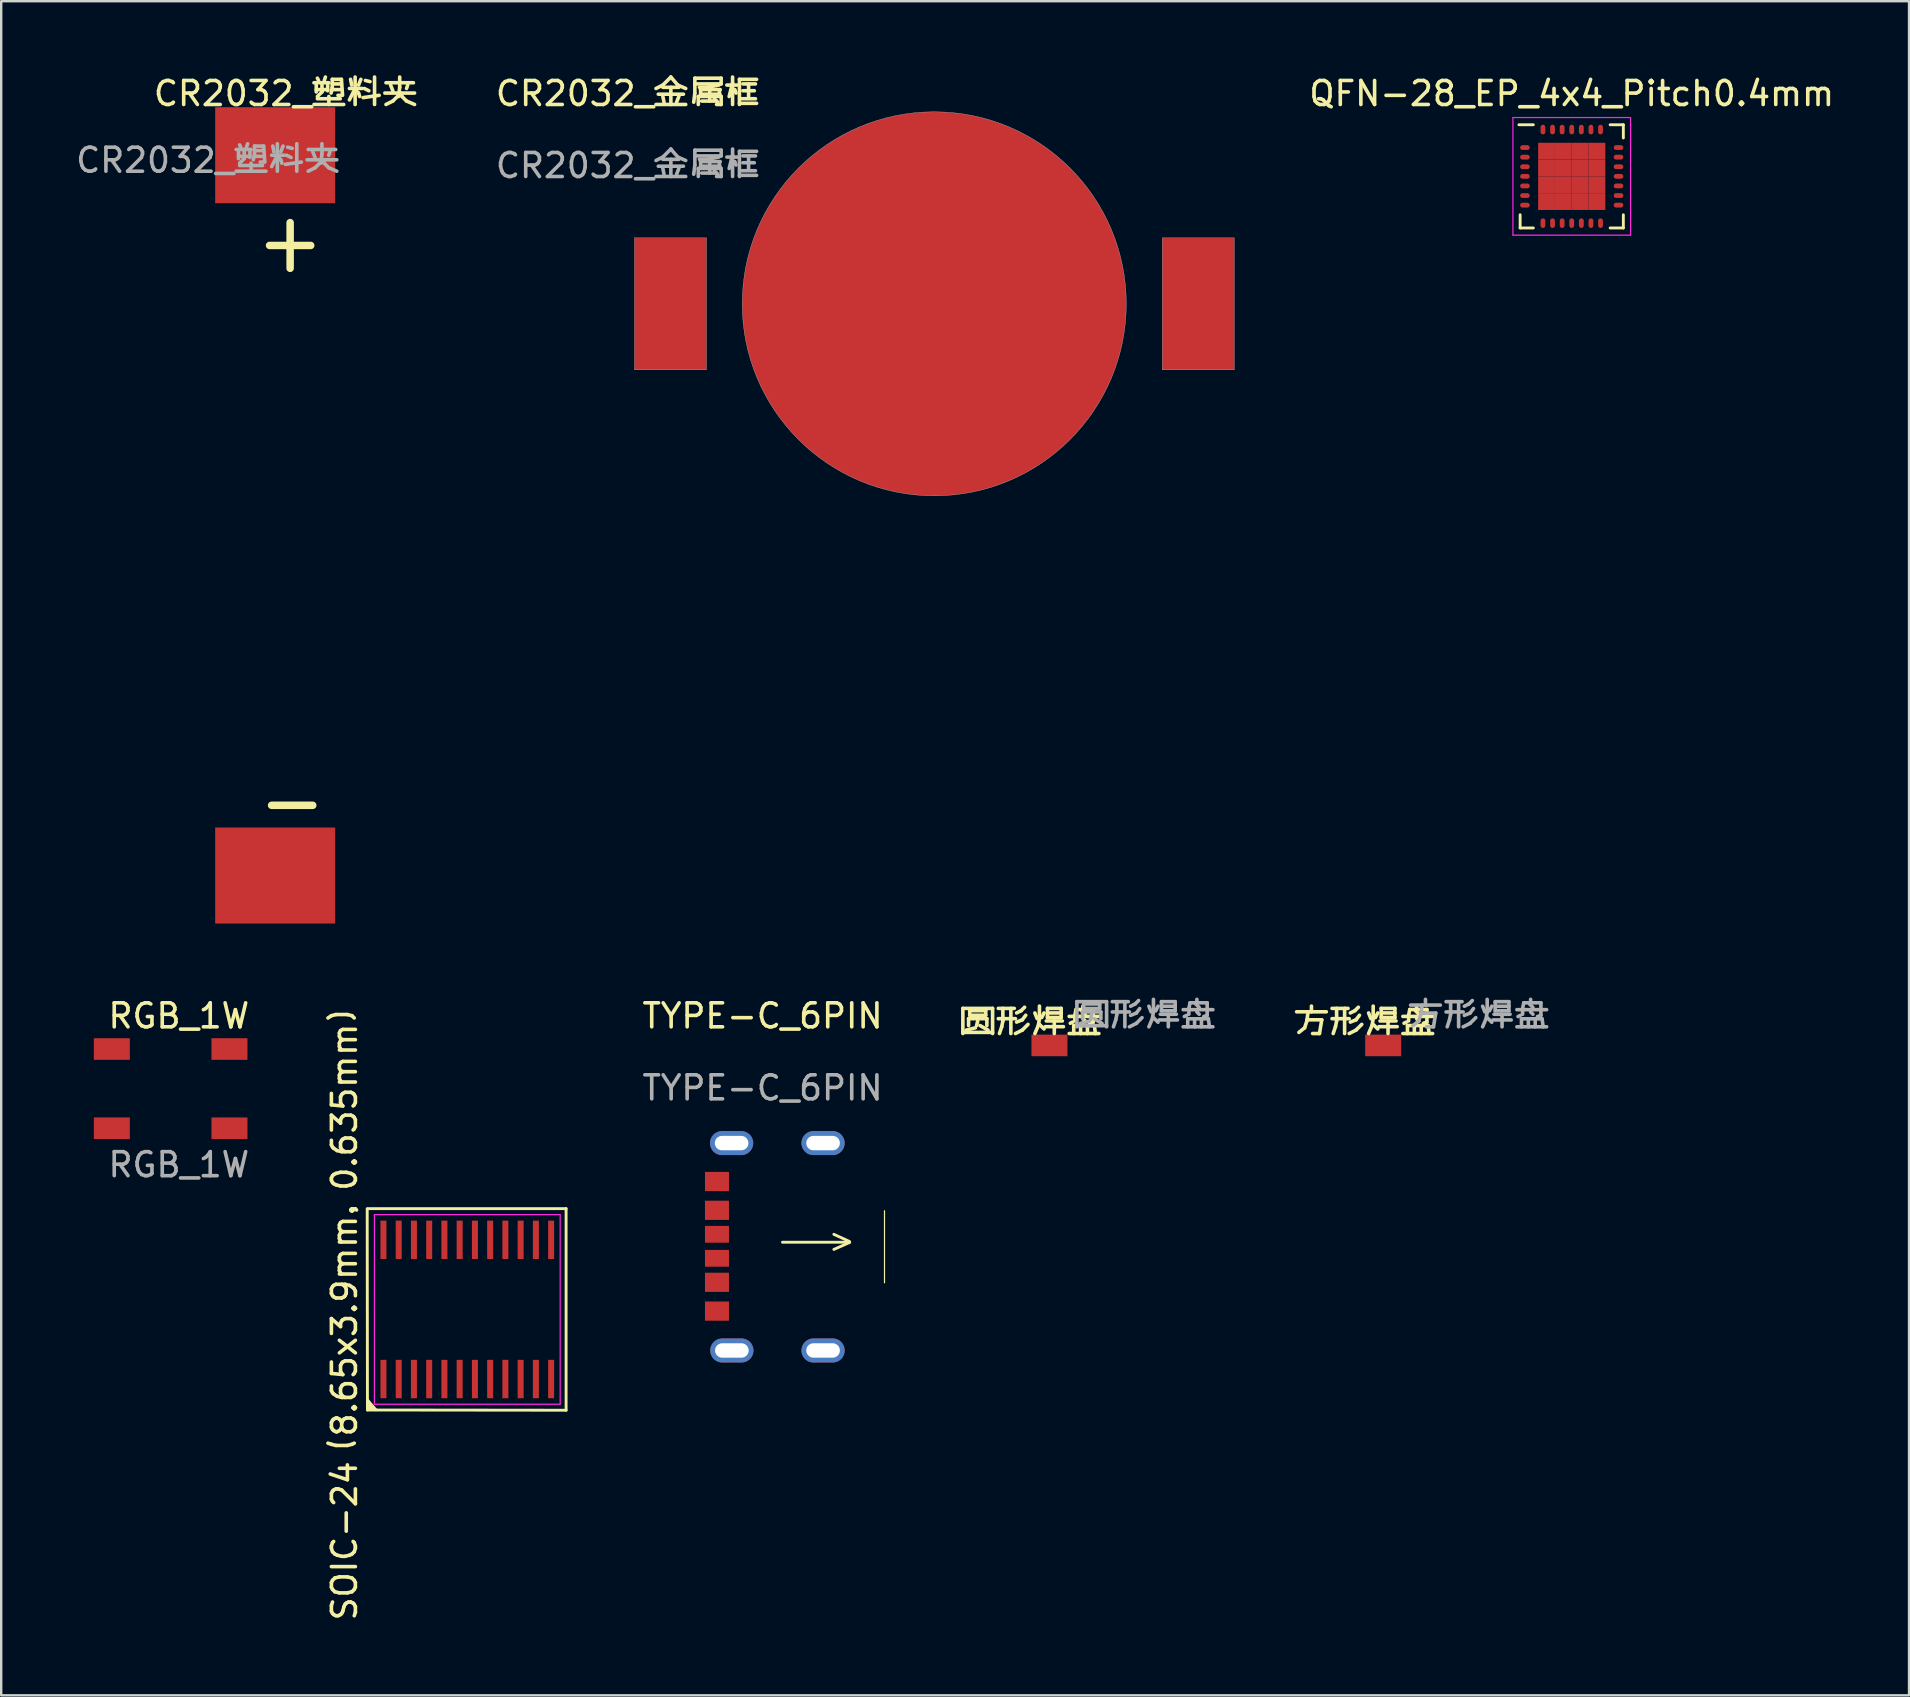
<source format=kicad_pcb>
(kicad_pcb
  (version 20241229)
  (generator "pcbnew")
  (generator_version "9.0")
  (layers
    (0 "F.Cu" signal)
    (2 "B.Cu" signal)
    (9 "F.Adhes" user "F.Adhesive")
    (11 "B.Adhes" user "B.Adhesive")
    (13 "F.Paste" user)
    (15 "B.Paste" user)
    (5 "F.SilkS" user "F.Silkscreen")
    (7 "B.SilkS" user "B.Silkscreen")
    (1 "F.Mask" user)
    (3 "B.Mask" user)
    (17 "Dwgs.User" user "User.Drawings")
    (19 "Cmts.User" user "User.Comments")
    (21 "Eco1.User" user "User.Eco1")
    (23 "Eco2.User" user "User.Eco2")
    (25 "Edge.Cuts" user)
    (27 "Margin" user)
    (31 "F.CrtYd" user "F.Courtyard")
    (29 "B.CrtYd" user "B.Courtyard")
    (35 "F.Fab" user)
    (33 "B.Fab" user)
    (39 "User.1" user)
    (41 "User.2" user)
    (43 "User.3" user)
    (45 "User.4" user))
  (footprint "圆形焊盘"
    (layer "F.Cu")
    (at 39.924 40.056)
    (property "Reference" "圆形焊盘" (at 0 -0.5 0) (unlocked yes) (layer "F.SilkS") (effects (font (size 1 1) (thickness 0.15))))
    (attr smd)
    (fp_text user "${REFERENCE}" (at 4.75 -0.78 0) (unlocked yes) (layer "F.Fab") (effects (font (size 1 1) (thickness 0.15))))
    (pad "1" smd rect (at 0.75 0.45) (size 1.5 0.9) (layers "F.Cu" "F.Mask" "F.Paste")))
  (footprint "方形焊盘"
    (layer "F.Cu")
    (at 53.829 40.056)
    (property "Reference" "方形焊盘" (at 0 -0.5 0) (unlocked yes) (layer "F.SilkS") (effects (font (size 1 1) (thickness 0.15))))
    (attr smd)
    (fp_text user "${REFERENCE}" (at 4.75 -0.78 0) (unlocked yes) (layer "F.Fab") (effects (font (size 1 1) (thickness 0.15))))
    (pad "1" smd rect (at 0.75 0.45) (size 1.5 0.9) (layers "F.Cu" "F.Mask" "F.Paste")))
  (footprint "CR2032_塑料夹"
    (layer "F.Cu")
    (at 5.625 1.128)
    (property "Reference" "CR2032_塑料夹" (at 3.24 -0.28 0) (unlocked yes) (layer "F.SilkS") (effects (font (size 1 1) (thickness 0.15))))
    (attr smd)
    (fp_text user "+" (at 1.815 4.398 0) (layer "F.SilkS") (effects (font (size 2.5 2.25) (thickness 0.312)) (justify left top)))
    (fp_text user "-" (at 1.9 27.724 0) (layer "F.SilkS") (effects (font (size 2.5 2.25) (thickness 0.312)) (justify left top)))
    (fp_text user "${REFERENCE}" (at 0 2.5 0) (unlocked yes) (layer "F.Fab") (effects (font (size 1 1) (thickness 0.15))))
    (pad "1" smd rect (at 2.79 2.29) (size 5 4) (layers "F.Cu" "F.Mask" "F.Paste"))
    (pad "2" smd rect (at 2.79 32.3) (size 5 4) (layers "F.Cu" "F.Mask" "F.Paste")))
  (footprint "QFN-28_EP_4x4_Pitch0.4mm"
    (layer "F.Cu")
    (at 62.435 4.298)
    (property "Reference" "QFN-28_EP_4x4_Pitch0.4mm" (at 0 -3.45 0) (layer "F.SilkS") (effects (font (size 1 1) (thickness 0.15))))
    (attr through_hole)
    (fp_line (start -2.15 2.15) (end -2.15 1.6) (stroke (width 0.12) (type solid)) (layer "F.SilkS"))
    (fp_line (start -1.6 -2.15) (end -2.2 -2.15) (stroke (width 0.12) (type solid)) (layer "F.SilkS"))
    (fp_line (start -1.6 2.15) (end -2.15 2.15) (stroke (width 0.12) (type solid)) (layer "F.SilkS"))
    (fp_line (start 1.6 -2.15) (end 2.15 -2.15) (stroke (width 0.12) (type solid)) (layer "F.SilkS"))
    (fp_line (start 1.6 2.15) (end 2.15 2.15) (stroke (width 0.12) (type solid)) (layer "F.SilkS"))
    (fp_line (start 2.15 -2.15) (end 2.15 -1.6) (stroke (width 0.12) (type solid)) (layer "F.SilkS"))
    (fp_line (start 2.15 2.15) (end 2.15 1.6) (stroke (width 0.12) (type solid)) (layer "F.SilkS"))
    (fp_line (start -2.45 -2.45) (end 2.45 -2.45) (stroke (width 0.05) (type solid)) (layer "F.CrtYd"))
    (fp_line (start -2.45 2.45) (end -2.45 -2.45) (stroke (width 0.05) (type solid)) (layer "F.CrtYd"))
    (fp_line (start 2.45 -2.45) (end 2.45 2.45) (stroke (width 0.05) (type solid)) (layer "F.CrtYd"))
    (fp_line (start 2.45 2.45) (end -2.45 2.45) (stroke (width 0.05) (type solid)) (layer "F.CrtYd"))
    (pad "1" smd oval (at -1.95 -1.2 90) (size 0.2 0.4) (layers "F.Cu" "F.Mask" "F.Paste"))
    (pad "2" smd oval (at -1.95 -0.8 90) (size 0.2 0.4) (layers "F.Cu" "F.Mask" "F.Paste"))
    (pad "3" smd oval (at -1.95 -0.4 90) (size 0.2 0.4) (layers "F.Cu" "F.Mask" "F.Paste"))
    (pad "4" smd oval (at -1.95 0 90) (size 0.2 0.4) (layers "F.Cu" "F.Mask" "F.Paste"))
    (pad "5" smd oval (at -1.95 0.4 90) (size 0.2 0.4) (layers "F.Cu" "F.Mask" "F.Paste"))
    (pad "6" smd oval (at -1.95 0.8 90) (size 0.2 0.4) (layers "F.Cu" "F.Mask" "F.Paste"))
    (pad "7" smd oval (at -1.95 1.2 90) (size 0.2 0.4) (layers "F.Cu" "F.Mask" "F.Paste"))
    (pad "8" smd oval (at -1.2 1.95) (size 0.2 0.4) (layers "F.Cu" "F.Mask" "F.Paste"))
    (pad "9" smd oval (at -0.8 1.95) (size 0.2 0.4) (layers "F.Cu" "F.Mask" "F.Paste"))
    (pad "10" smd oval (at -0.4 1.95) (size 0.2 0.4) (layers "F.Cu" "F.Mask" "F.Paste"))
    (pad "11" smd oval (at 0 1.95) (size 0.2 0.4) (layers "F.Cu" "F.Mask" "F.Paste"))
    (pad "12" smd oval (at 0.4 1.95) (size 0.2 0.4) (layers "F.Cu" "F.Mask" "F.Paste"))
    (pad "13" smd oval (at 0.8 1.95) (size 0.2 0.4) (layers "F.Cu" "F.Mask" "F.Paste"))
    (pad "14" smd oval (at 1.2 1.95) (size 0.2 0.4) (layers "F.Cu" "F.Mask" "F.Paste"))
    (pad "15" smd oval (at 1.95 1.2 90) (size 0.2 0.4) (layers "F.Cu" "F.Mask" "F.Paste"))
    (pad "16" smd oval (at 1.95 0.8 90) (size 0.2 0.4) (layers "F.Cu" "F.Mask" "F.Paste"))
    (pad "17" smd oval (at 1.95 0.4 90) (size 0.2 0.4) (layers "F.Cu" "F.Mask" "F.Paste"))
    (pad "18" smd oval (at 1.95 0 90) (size 0.2 0.4) (layers "F.Cu" "F.Mask" "F.Paste"))
    (pad "19" smd oval (at 1.95 -0.4 90) (size 0.2 0.4) (layers "F.Cu" "F.Mask" "F.Paste"))
    (pad "20" smd oval (at 1.95 -0.8 90) (size 0.2 0.4) (layers "F.Cu" "F.Mask" "F.Paste"))
    (pad "21" smd oval (at 1.95 -1.2 90) (size 0.2 0.4) (layers "F.Cu" "F.Mask" "F.Paste"))
    (pad "22" smd oval (at 1.2 -1.95) (size 0.2 0.4) (layers "F.Cu" "F.Mask" "F.Paste"))
    (pad "23" smd oval (at 0.8 -1.95) (size 0.2 0.4) (layers "F.Cu" "F.Mask" "F.Paste"))
    (pad "24" smd oval (at 0.4 -1.95) (size 0.2 0.4) (layers "F.Cu" "F.Mask" "F.Paste"))
    (pad "25" smd oval (at 0 -1.95) (size 0.2 0.4) (layers "F.Cu" "F.Mask" "F.Paste"))
    (pad "26" smd oval (at -0.4 -1.95) (size 0.2 0.4) (layers "F.Cu" "F.Mask" "F.Paste"))
    (pad "27" smd oval (at -0.8 -1.95) (size 0.2 0.4) (layers "F.Cu" "F.Mask" "F.Paste"))
    (pad "28" smd oval (at -1.2 -1.95) (size 0.2 0.4) (layers "F.Cu" "F.Mask" "F.Paste"))
    (pad "29" smd rect (at -1.05 -1.05) (size 0.7 0.7) (layers "F.Cu" "F.Mask" "F.Paste"))
    (pad "29" smd rect (at -1.05 -0.35) (size 0.7 0.7) (layers "F.Cu" "F.Mask" "F.Paste"))
    (pad "29" smd rect (at -1.05 0.35) (size 0.7 0.7) (layers "F.Cu" "F.Mask" "F.Paste"))
    (pad "29" smd rect (at -1.05 1.05) (size 0.7 0.7) (layers "F.Cu" "F.Mask" "F.Paste"))
    (pad "29" smd rect (at -0.35 -1.05) (size 0.7 0.7) (layers "F.Cu" "F.Mask" "F.Paste"))
    (pad "29" smd rect (at -0.35 -0.35) (size 0.7 0.7) (layers "F.Cu" "F.Mask" "F.Paste"))
    (pad "29" smd rect (at -0.35 0.35) (size 0.7 0.7) (layers "F.Cu" "F.Mask" "F.Paste"))
    (pad "29" smd rect (at -0.35 1.05) (size 0.7 0.7) (layers "F.Cu" "F.Mask" "F.Paste"))
    (pad "29" smd rect (at 0.35 -1.05) (size 0.7 0.7) (layers "F.Cu" "F.Mask" "F.Paste"))
    (pad "29" smd rect (at 0.35 -0.35) (size 0.7 0.7) (layers "F.Cu" "F.Mask" "F.Paste"))
    (pad "29" smd rect (at 0.35 0.35) (size 0.7 0.7) (layers "F.Cu" "F.Mask" "F.Paste"))
    (pad "29" smd rect (at 0.35 1.05) (size 0.7 0.7) (layers "F.Cu" "F.Mask" "F.Paste"))
    (pad "29" smd rect (at 1.05 -1.05) (size 0.7 0.7) (layers "F.Cu" "F.Mask" "F.Paste"))
    (pad "29" smd rect (at 1.05 -0.35) (size 0.7 0.7) (layers "F.Cu" "F.Mask" "F.Paste"))
    (pad "29" smd rect (at 1.05 0.35) (size 0.7 0.7) (layers "F.Cu" "F.Mask" "F.Paste"))
    (pad "29" smd rect (at 1.05 1.05) (size 0.7 0.7) (layers "F.Cu" "F.Mask" "F.Paste")))
  (footprint "TYPE-C_6PIN"
    (layer "F.Cu")
    (at 28.722 39.776)
    (property "Reference" "TYPE-C_6PIN" (at 0 -0.5 0) (unlocked yes) (layer "F.SilkS") (effects (font (size 1 1) (thickness 0.15))))
    (attr smd)
    (fp_line (start 0.83 8.93) (end 3.63 8.93) (stroke (width 0.12) (type solid)) (layer "F.SilkS"))
    (fp_line (start 2.97 8.6) (end 3.62 8.9) (stroke (width 0.12) (type solid)) (layer "F.SilkS"))
    (fp_line (start 2.97 9.23) (end 3.62 8.94) (stroke (width 0.12) (type solid)) (layer "F.SilkS"))
    (fp_line (start 5.08 7.62) (end 5.08 10.62) (stroke (width 0.05) (type solid)) (layer "F.SilkS"))
    (fp_text user "${REFERENCE}" (at 0 2.5 0) (unlocked yes) (layer "F.Fab") (effects (font (size 1 1) (thickness 0.15))))
    (pad "7" thru_hole oval (at -1.29 4.8) (size 1.8 1) (drill oval 1.4 0.6) (layers "*.Cu" "*.Mask"))
    (pad "7" thru_hole oval (at -1.28 13.44) (size 1.8 1) (drill oval 1.4 0.6) (layers "*.Cu" "*.Mask"))
    (pad "7" thru_hole oval (at 2.52 4.8) (size 1.8 1) (drill oval 1.4 0.6) (layers "*.Cu" "*.Mask"))
    (pad "7" thru_hole oval (at 2.52 13.44) (size 1.8 1) (drill oval 1.4 0.6) (layers "*.Cu" "*.Mask"))
    (pad "A5" smd rect (at -1.9 8.6) (size 1 0.7) (layers "F.Cu" "F.Mask" "F.Paste"))
    (pad "A9" smd rect (at -1.9 10.6) (size 1 0.8) (layers "F.Cu" "F.Mask" "F.Paste"))
    (pad "A12" smd rect (at -1.9 11.8) (size 1 0.8) (layers "F.Cu" "F.Mask" "F.Paste"))
    (pad "B5" smd rect (at -1.9 9.6) (size 1 0.7) (layers "F.Cu" "F.Mask" "F.Paste"))
    (pad "B9" smd rect (at -1.9 7.6) (size 1 0.8) (layers "F.Cu" "F.Mask" "F.Paste"))
    (pad "B12" smd rect (at -1.9 6.4) (size 1 0.8) (layers "F.Cu" "F.Mask" "F.Paste")))
  (footprint "RGB_1W"
    (layer "F.Cu")
    (at 0.25 39.767)
    (property "Reference" "RGB_1W" (at 4.15 -0.49 0) (unlocked yes) (layer "F.SilkS") (effects (font (size 1 1) (thickness 0.15))))
    (attr smd)
    (fp_text user "${REFERENCE}" (at 4.15 5.71 0) (unlocked yes) (layer "F.Fab") (effects (font (size 1 1) (thickness 0.15))))
    (pad "1" smd rect (at 1.36 0.89) (size 1.5 0.9) (layers "F.Cu" "F.Mask" "F.Paste"))
    (pad "2" smd rect (at 1.36 4.19) (size 1.5 0.9) (layers "F.Cu" "F.Mask" "F.Paste"))
    (pad "3" smd rect (at 6.26 4.19) (size 1.5 0.9) (layers "F.Cu" "F.Mask" "F.Paste"))
    (pad "4" smd rect (at 6.26 0.89) (size 1.5 0.9) (layers "F.Cu" "F.Mask" "F.Paste")))
  (footprint "CR2032_金属框"
    (layer "F.Cu")
    (at 23.115 1.348)
    (property "Reference" "CR2032_金属框" (at 0 -0.5 0) (unlocked yes) (layer "F.SilkS") (effects (font (size 1 1) (thickness 0.15))))
    (attr smd)
    (fp_line (start 0.26 5.51) (end 0.26 11.01) (stroke (width 0.013) (type solid)) (layer "Dwgs.User"))
    (fp_line (start 0.26 11.01) (end 3.26 11.01) (stroke (width 0.013) (type solid)) (layer "Dwgs.User"))
    (fp_line (start 3.26 5.51) (end 0.26 5.51) (stroke (width 0.013) (type solid)) (layer "Dwgs.User"))
    (fp_line (start 3.26 11.01) (end 3.26 5.51) (stroke (width 0.013) (type solid)) (layer "Dwgs.User"))
    (fp_line (start 22.26 5.51) (end 22.26 11.01) (stroke (width 0.013) (type solid)) (layer "Dwgs.User"))
    (fp_line (start 22.26 11.01) (end 25.26 11.01) (stroke (width 0.013) (type solid)) (layer "Dwgs.User"))
    (fp_line (start 25.26 5.51) (end 22.26 5.51) (stroke (width 0.013) (type solid)) (layer "Dwgs.User"))
    (fp_line (start 25.26 11.01) (end 25.26 5.51) (stroke (width 0.013) (type solid)) (layer "Dwgs.User"))
    (fp_circle (center 12.76 8.26) (end 20.76 8.26) (stroke (width 0.013) (type solid)) (fill no) (layer "Dwgs.User"))
    (fp_text user "${REFERENCE}" (at 0 2.5 0) (unlocked yes) (layer "F.Fab") (effects (font (size 1 1) (thickness 0.15))))
    (pad "1" smd rect (at 1.77 8.26) (size 3 5.5) (layers "F.Cu" "F.Mask" "F.Paste"))
    (pad "1" smd rect (at 23.76 8.26) (size 3 5.5) (layers "F.Cu" "F.Mask" "F.Paste"))
    (pad "2" smd circle (at 12.76 8.26) (size 16 16) (layers "F.Cu" "F.Mask" "F.Paste")))
  (footprint "SOIC-24（8.65x3.9mm，0.635mm）"
    (layer "F.Cu")
    (at 16.419 51.506)
    (property "Reference" "SOIC-24（8.65x3.9mm，0.635mm）" (at -5.117 0 90) (layer "F.SilkS") (effects (font (size 1 1) (thickness 0.15))))
    (attr through_hole)
    (fp_line (start -4.16 4.19) (end -4.17 -4.2) (stroke (width 0.12) (type solid)) (layer "F.SilkS"))
    (fp_line (start -4.14 3.8) (end -3.96 4.11) (stroke (width 0.12) (type solid)) (layer "F.SilkS"))
    (fp_line (start -4.117 -4.2) (end 4.117 -4.2) (stroke (width 0.12) (type solid)) (layer "F.SilkS"))
    (fp_line (start -4.07 4.1) (end -4.09 4.02) (stroke (width 0.12) (type solid)) (layer "F.SilkS"))
    (fp_line (start -3.96 4.11) (end -4.07 4.1) (stroke (width 0.12) (type solid)) (layer "F.SilkS"))
    (fp_line (start -3.81 4.18) (end -4.14 3.8) (stroke (width 0.12) (type solid)) (layer "F.SilkS"))
    (fp_line (start 4.117 -4.2) (end 4.117 4.2) (stroke (width 0.12) (type solid)) (layer "F.SilkS"))
    (fp_line (start 4.117 4.2) (end -4.16 4.19) (stroke (width 0.12) (type solid)) (layer "F.SilkS"))
    (fp_line (start -3.87 -3.95) (end 3.87 -3.95) (stroke (width 0.05) (type solid)) (layer "F.CrtYd"))
    (fp_line (start -3.87 3.95) (end -3.87 -3.95) (stroke (width 0.05) (type solid)) (layer "F.CrtYd"))
    (fp_line (start 3.87 -3.95) (end 3.87 3.95) (stroke (width 0.05) (type solid)) (layer "F.CrtYd"))
    (fp_line (start 3.87 3.95) (end -3.87 3.95) (stroke (width 0.05) (type solid)) (layer "F.CrtYd"))
    (pad "1" smd rect (at -3.493 2.9) (size 0.25 1.6) (layers "F.Cu" "F.Mask" "F.Paste"))
    (pad "2" smd rect (at -2.857 2.9) (size 0.25 1.6) (layers "F.Cu" "F.Mask" "F.Paste"))
    (pad "3" smd rect (at -2.223 2.9) (size 0.25 1.6) (layers "F.Cu" "F.Mask" "F.Paste"))
    (pad "4" smd rect (at -1.587 2.9) (size 0.25 1.6) (layers "F.Cu" "F.Mask" "F.Paste"))
    (pad "5" smd rect (at -0.953 2.9) (size 0.25 1.6) (layers "F.Cu" "F.Mask" "F.Paste"))
    (pad "6" smd rect (at -0.318 2.9) (size 0.25 1.6) (layers "F.Cu" "F.Mask" "F.Paste"))
    (pad "7" smd rect (at 0.318 2.9) (size 0.25 1.6) (layers "F.Cu" "F.Mask" "F.Paste"))
    (pad "8" smd rect (at 0.953 2.9) (size 0.25 1.6) (layers "F.Cu" "F.Mask" "F.Paste"))
    (pad "9" smd rect (at 1.587 2.9) (size 0.25 1.6) (layers "F.Cu" "F.Mask" "F.Paste"))
    (pad "10" smd rect (at 2.223 2.9) (size 0.25 1.6) (layers "F.Cu" "F.Mask" "F.Paste"))
    (pad "11" smd rect (at 2.857 2.9) (size 0.25 1.6) (layers "F.Cu" "F.Mask" "F.Paste"))
    (pad "12" smd rect (at 3.493 2.9) (size 0.25 1.6) (layers "F.Cu" "F.Mask" "F.Paste"))
    (pad "13" smd rect (at 3.493 -2.9) (size 0.25 1.6) (layers "F.Cu" "F.Mask" "F.Paste"))
    (pad "14" smd rect (at 2.857 -2.9) (size 0.25 1.6) (layers "F.Cu" "F.Mask" "F.Paste"))
    (pad "15" smd rect (at 2.223 -2.9) (size 0.25 1.6) (layers "F.Cu" "F.Mask" "F.Paste"))
    (pad "16" smd rect (at 1.587 -2.9) (size 0.25 1.6) (layers "F.Cu" "F.Mask" "F.Paste"))
    (pad "17" smd rect (at 0.953 -2.9) (size 0.25 1.6) (layers "F.Cu" "F.Mask" "F.Paste"))
    (pad "18" smd rect (at 0.318 -2.9) (size 0.25 1.6) (layers "F.Cu" "F.Mask" "F.Paste"))
    (pad "19" smd rect (at -0.318 -2.9) (size 0.25 1.6) (layers "F.Cu" "F.Mask" "F.Paste"))
    (pad "20" smd rect (at -0.953 -2.9) (size 0.25 1.6) (layers "F.Cu" "F.Mask" "F.Paste"))
    (pad "21" smd rect (at -1.587 -2.9) (size 0.25 1.6) (layers "F.Cu" "F.Mask" "F.Paste"))
    (pad "22" smd rect (at -2.223 -2.9) (size 0.25 1.6) (layers "F.Cu" "F.Mask" "F.Paste"))
    (pad "23" smd rect (at -2.857 -2.9) (size 0.25 1.6) (layers "F.Cu" "F.Mask" "F.Paste"))
    (pad "24" smd rect (at -3.493 -2.9) (size 0.25 1.6) (layers "F.Cu" "F.Mask" "F.Paste")))
  (gr_rect
    (start -3 -3)
    (end 76.488 67.583)
    (stroke (width 0.1) (type default))
    (fill no)
    (layer "Edge.Cuts")))
</source>
